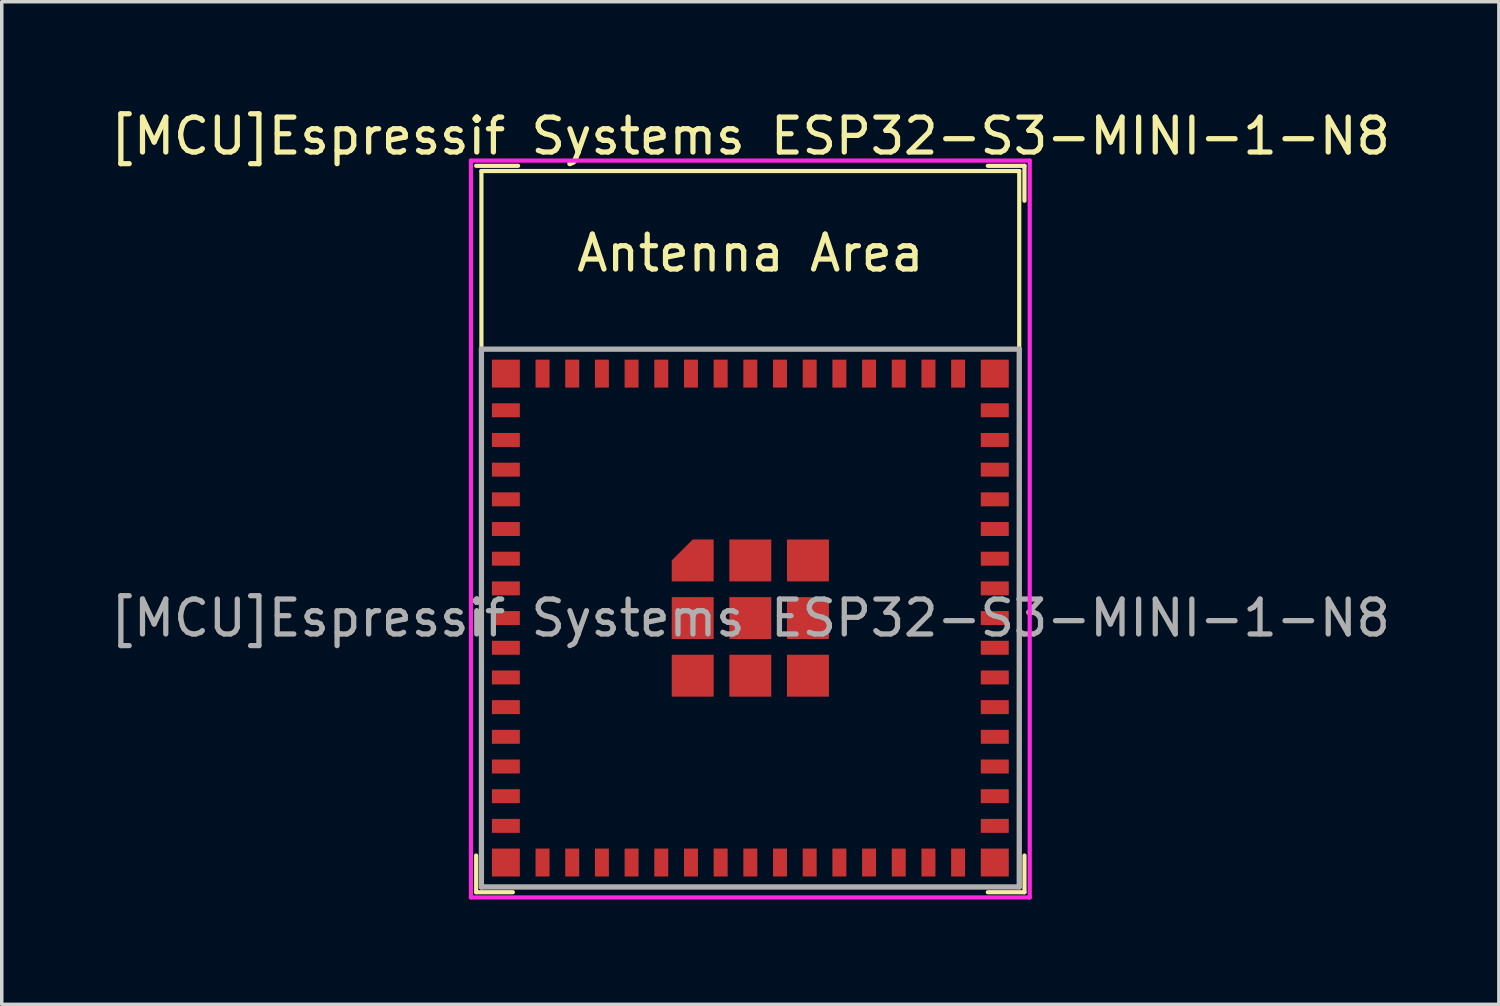
<source format=kicad_pcb>
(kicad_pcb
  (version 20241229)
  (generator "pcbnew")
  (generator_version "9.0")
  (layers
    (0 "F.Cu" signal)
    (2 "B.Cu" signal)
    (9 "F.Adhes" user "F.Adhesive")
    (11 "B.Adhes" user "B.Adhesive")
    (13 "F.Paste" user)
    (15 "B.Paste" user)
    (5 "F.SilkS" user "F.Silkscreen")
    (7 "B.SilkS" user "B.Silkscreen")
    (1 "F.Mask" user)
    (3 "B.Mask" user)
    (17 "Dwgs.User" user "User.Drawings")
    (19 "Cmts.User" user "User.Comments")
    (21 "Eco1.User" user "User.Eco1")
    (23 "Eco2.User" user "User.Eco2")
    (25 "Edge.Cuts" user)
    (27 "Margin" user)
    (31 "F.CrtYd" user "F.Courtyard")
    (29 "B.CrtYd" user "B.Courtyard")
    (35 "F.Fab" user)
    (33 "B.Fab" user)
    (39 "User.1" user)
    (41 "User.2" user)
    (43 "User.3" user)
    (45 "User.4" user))
  (footprint "[MCU]Espressif Systems ESP32-S3-MINI-1-N8"
    (layer "F.Cu")
    (at 18.435 14.648)
    (property "Reference" "[MCU]Espressif Systems ESP32-S3-MINI-1-N8" (at 0 -13.8 0) (layer "F.SilkS") (effects (font (size 1 1) (thickness 0.15))))
    (attr smd)
    (fp_line (start -7.85 7.85) (end -7.85 6.8) (stroke (width 0.12) (type solid)) (layer "F.SilkS"))
    (fp_line (start -7.7 -12.8) (end -7.7 -7.7) (stroke (width 0.12) (type solid)) (layer "F.SilkS"))
    (fp_line (start -7.7 -12.8) (end 7.7 -12.8) (stroke (width 0.12) (type solid)) (layer "F.SilkS"))
    (fp_line (start -7.7 7.7) (end -7.7 -7.7) (stroke (width 0.12) (type solid)) (layer "F.SilkS"))
    (fp_line (start -6.8 7.85) (end -7.85 7.85) (stroke (width 0.12) (type solid)) (layer "F.SilkS"))
    (fp_line (start -6.65 -12.95) (end -7.85 -12.95) (stroke (width 0.12) (type solid)) (layer "F.SilkS"))
    (fp_line (start 6.8 -12.95) (end 7.85 -12.95) (stroke (width 0.12) (type solid)) (layer "F.SilkS"))
    (fp_line (start 6.8 7.85) (end 7.85 7.85) (stroke (width 0.12) (type solid)) (layer "F.SilkS"))
    (fp_line (start 7.7 -12.8) (end 7.7 -7.7) (stroke (width 0.12) (type solid)) (layer "F.SilkS"))
    (fp_line (start 7.7 -7.7) (end 7.7 7.7) (stroke (width 0.12) (type solid)) (layer "F.SilkS"))
    (fp_line (start 7.7 7.7) (end -7.7 7.7) (stroke (width 0.12) (type solid)) (layer "F.SilkS"))
    (fp_line (start 7.85 -12.95) (end 7.85 -11.95) (stroke (width 0.12) (type solid)) (layer "F.SilkS"))
    (fp_line (start 7.85 7.85) (end 7.85 6.8) (stroke (width 0.12) (type solid)) (layer "F.SilkS"))
    (fp_line (start -8 -13.1) (end -8 8) (stroke (width 0.12) (type solid)) (layer "F.CrtYd"))
    (fp_line (start -8 8) (end 8 8) (stroke (width 0.12) (type solid)) (layer "F.CrtYd"))
    (fp_line (start 8 -13.1) (end -8 -13.1) (stroke (width 0.12) (type solid)) (layer "F.CrtYd"))
    (fp_line (start 8 8) (end 8 -13.1) (stroke (width 0.12) (type solid)) (layer "F.CrtYd"))
    (fp_line (start -7.7 -7.7) (end -7.7 7.7) (stroke (width 0.15) (type solid)) (layer "F.Fab"))
    (fp_line (start -7.7 7.7) (end 7.7 7.7) (stroke (width 0.15) (type solid)) (layer "F.Fab"))
    (fp_line (start 7.7 -7.7) (end -7.7 -7.7) (stroke (width 0.15) (type solid)) (layer "F.Fab"))
    (fp_line (start 7.7 7.7) (end 7.7 -7.7) (stroke (width 0.15) (type solid)) (layer "F.Fab"))
    (fp_text user "Antenna Area" (at 0 -10.45 0) (layer "F.SilkS") (effects (font (size 1 1) (thickness 0.15))))
    (fp_text user "${REFERENCE}" (at 0 0 0) (layer "F.Fab") (effects (font (size 1 1) (thickness 0.15))))
    (pad "1" smd rect (at -7 -5.95 90) (size 0.4 0.8) (layers "F.Cu" "F.Mask" "F.Paste"))
    (pad "2" smd rect (at -7 -5.1 90) (size 0.4 0.8) (layers "F.Cu" "F.Mask" "F.Paste"))
    (pad "3" smd rect (at -7 -4.25 90) (size 0.4 0.8) (layers "F.Cu" "F.Mask" "F.Paste"))
    (pad "4" smd rect (at -7 -3.4 90) (size 0.4 0.8) (layers "F.Cu" "F.Mask" "F.Paste"))
    (pad "5" smd rect (at -7 -2.55 90) (size 0.4 0.8) (layers "F.Cu" "F.Mask" "F.Paste"))
    (pad "6" smd rect (at -7 -1.7 90) (size 0.4 0.8) (layers "F.Cu" "F.Mask" "F.Paste"))
    (pad "7" smd rect (at -7 -0.85 90) (size 0.4 0.8) (layers "F.Cu" "F.Mask" "F.Paste"))
    (pad "8" smd rect (at -7 0 90) (size 0.4 0.8) (layers "F.Cu" "F.Mask" "F.Paste"))
    (pad "9" smd rect (at -7 0.85 90) (size 0.4 0.8) (layers "F.Cu" "F.Mask" "F.Paste"))
    (pad "10" smd rect (at -7 1.7 90) (size 0.4 0.8) (layers "F.Cu" "F.Mask" "F.Paste"))
    (pad "11" smd rect (at -7 2.55 90) (size 0.4 0.8) (layers "F.Cu" "F.Mask" "F.Paste"))
    (pad "12" smd rect (at -7 3.4 90) (size 0.4 0.8) (layers "F.Cu" "F.Mask" "F.Paste"))
    (pad "13" smd rect (at -7 4.25 90) (size 0.4 0.8) (layers "F.Cu" "F.Mask" "F.Paste"))
    (pad "14" smd rect (at -7 5.1 90) (size 0.4 0.8) (layers "F.Cu" "F.Mask" "F.Paste"))
    (pad "15" smd rect (at -7 5.95 90) (size 0.4 0.8) (layers "F.Cu" "F.Mask" "F.Paste"))
    (pad "16" smd rect (at -5.95 7) (size 0.4 0.8) (layers "F.Cu" "F.Mask" "F.Paste"))
    (pad "17" smd rect (at -5.1 7) (size 0.4 0.8) (layers "F.Cu" "F.Mask" "F.Paste"))
    (pad "18" smd rect (at -4.25 7) (size 0.4 0.8) (layers "F.Cu" "F.Mask" "F.Paste"))
    (pad "19" smd rect (at -3.4 7) (size 0.4 0.8) (layers "F.Cu" "F.Mask" "F.Paste"))
    (pad "20" smd rect (at -2.55 7) (size 0.4 0.8) (layers "F.Cu" "F.Mask" "F.Paste"))
    (pad "21" smd rect (at -1.7 7) (size 0.4 0.8) (layers "F.Cu" "F.Mask" "F.Paste"))
    (pad "22" smd rect (at -0.85 7) (size 0.4 0.8) (layers "F.Cu" "F.Mask" "F.Paste"))
    (pad "23" smd rect (at 0 7) (size 0.4 0.8) (layers "F.Cu" "F.Mask" "F.Paste"))
    (pad "24" smd rect (at 0.85 7) (size 0.4 0.8) (layers "F.Cu" "F.Mask" "F.Paste"))
    (pad "25" smd rect (at 1.7 7) (size 0.4 0.8) (layers "F.Cu" "F.Mask" "F.Paste"))
    (pad "26" smd rect (at 2.55 7) (size 0.4 0.8) (layers "F.Cu" "F.Mask" "F.Paste"))
    (pad "27" smd rect (at 3.4 7) (size 0.4 0.8) (layers "F.Cu" "F.Mask" "F.Paste"))
    (pad "28" smd rect (at 4.25 7) (size 0.4 0.8) (layers "F.Cu" "F.Mask" "F.Paste"))
    (pad "29" smd rect (at 5.1 7) (size 0.4 0.8) (layers "F.Cu" "F.Mask" "F.Paste"))
    (pad "30" smd rect (at 5.95 7) (size 0.4 0.8) (layers "F.Cu" "F.Mask" "F.Paste"))
    (pad "31" smd rect (at 7 5.95 90) (size 0.4 0.8) (layers "F.Cu" "F.Mask" "F.Paste"))
    (pad "32" smd rect (at 7 5.1 90) (size 0.4 0.8) (layers "F.Cu" "F.Mask" "F.Paste"))
    (pad "33" smd rect (at 7 4.25 90) (size 0.4 0.8) (layers "F.Cu" "F.Mask" "F.Paste"))
    (pad "34" smd rect (at 7 3.4 90) (size 0.4 0.8) (layers "F.Cu" "F.Mask" "F.Paste"))
    (pad "35" smd rect (at 7 2.55 90) (size 0.4 0.8) (layers "F.Cu" "F.Mask" "F.Paste"))
    (pad "36" smd rect (at 7 1.7 90) (size 0.4 0.8) (layers "F.Cu" "F.Mask" "F.Paste"))
    (pad "37" smd rect (at 7 0.85 90) (size 0.4 0.8) (layers "F.Cu" "F.Mask" "F.Paste"))
    (pad "38" smd rect (at 7 0 90) (size 0.4 0.8) (layers "F.Cu" "F.Mask" "F.Paste"))
    (pad "39" smd rect (at 7 -0.85 90) (size 0.4 0.8) (layers "F.Cu" "F.Mask" "F.Paste"))
    (pad "40" smd rect (at 7 -1.7 90) (size 0.4 0.8) (layers "F.Cu" "F.Mask" "F.Paste"))
    (pad "41" smd rect (at 7 -2.55 90) (size 0.4 0.8) (layers "F.Cu" "F.Mask" "F.Paste"))
    (pad "42" smd rect (at 7 -3.4 90) (size 0.4 0.8) (layers "F.Cu" "F.Mask" "F.Paste"))
    (pad "43" smd rect (at 7 -4.25 90) (size 0.4 0.8) (layers "F.Cu" "F.Mask" "F.Paste"))
    (pad "44" smd rect (at 7 -5.1 90) (size 0.4 0.8) (layers "F.Cu" "F.Mask" "F.Paste"))
    (pad "45" smd rect (at 7 -5.95 90) (size 0.4 0.8) (layers "F.Cu" "F.Mask" "F.Paste"))
    (pad "46" smd rect (at 5.95 -7) (size 0.4 0.8) (layers "F.Cu" "F.Mask" "F.Paste"))
    (pad "47" smd rect (at 5.1 -7) (size 0.4 0.8) (layers "F.Cu" "F.Mask" "F.Paste"))
    (pad "48" smd rect (at 4.25 -7) (size 0.4 0.8) (layers "F.Cu" "F.Mask" "F.Paste"))
    (pad "49" smd rect (at 3.4 -7) (size 0.4 0.8) (layers "F.Cu" "F.Mask" "F.Paste"))
    (pad "50" smd rect (at 2.55 -7) (size 0.4 0.8) (layers "F.Cu" "F.Mask" "F.Paste"))
    (pad "51" smd rect (at 1.7 -7) (size 0.4 0.8) (layers "F.Cu" "F.Mask" "F.Paste"))
    (pad "52" smd rect (at 0.85 -7) (size 0.4 0.8) (layers "F.Cu" "F.Mask" "F.Paste"))
    (pad "53" smd rect (at 0 -7) (size 0.4 0.8) (layers "F.Cu" "F.Mask" "F.Paste"))
    (pad "54" smd rect (at -0.85 -7) (size 0.4 0.8) (layers "F.Cu" "F.Mask" "F.Paste"))
    (pad "55" smd rect (at -1.7 -7) (size 0.4 0.8) (layers "F.Cu" "F.Mask" "F.Paste"))
    (pad "56" smd rect (at -2.55 -7) (size 0.4 0.8) (layers "F.Cu" "F.Mask" "F.Paste"))
    (pad "57" smd rect (at -3.4 -7) (size 0.4 0.8) (layers "F.Cu" "F.Mask" "F.Paste"))
    (pad "58" smd rect (at -4.25 -7) (size 0.4 0.8) (layers "F.Cu" "F.Mask" "F.Paste"))
    (pad "59" smd rect (at -5.1 -7) (size 0.4 0.8) (layers "F.Cu" "F.Mask" "F.Paste"))
    (pad "60" smd rect (at -5.95 -7) (size 0.4 0.8) (layers "F.Cu" "F.Mask" "F.Paste"))
    (pad "61" smd custom (at -1.65 -1.65) (size 0.6 0.6) (layers "F.Cu" "F.Mask" "F.Paste") (options (anchor rect)) (primitives (gr_poly (pts (xy 0.6 0.6) (xy -0.6 0.6) (xy -0.6 0) (xy 0 -0.6) (xy 0.6 -0.6)) (width 0) (fill yes))))
    (pad "61" smd rect (at -1.65 0) (size 1.2 1.2) (layers "F.Cu" "F.Mask" "F.Paste"))
    (pad "61" smd rect (at -1.65 1.65) (size 1.2 1.2) (layers "F.Cu" "F.Mask" "F.Paste"))
    (pad "61" smd rect (at 0 -1.65) (size 1.2 1.2) (layers "F.Cu" "F.Mask" "F.Paste"))
    (pad "61" smd rect (at 0 0) (size 1.2 1.2) (layers "F.Cu" "F.Mask" "F.Paste"))
    (pad "61" smd rect (at 0 1.65) (size 1.2 1.2) (layers "F.Cu" "F.Mask" "F.Paste"))
    (pad "61" smd rect (at 1.65 -1.65) (size 1.2 1.2) (layers "F.Cu" "F.Mask" "F.Paste"))
    (pad "61" smd rect (at 1.65 0) (size 1.2 1.2) (layers "F.Cu" "F.Mask" "F.Paste"))
    (pad "61" smd rect (at 1.65 1.65) (size 1.2 1.2) (layers "F.Cu" "F.Mask" "F.Paste"))
    (pad "62" smd rect (at -7 -7 180) (size 0.8 0.8) (layers "F.Cu" "F.Mask" "F.Paste"))
    (pad "63" smd rect (at -7 7 180) (size 0.8 0.8) (layers "F.Cu" "F.Mask" "F.Paste"))
    (pad "64" smd rect (at 7 7 180) (size 0.8 0.8) (layers "F.Cu" "F.Mask" "F.Paste"))
    (pad "65" smd rect (at 7 -7 180) (size 0.8 0.8) (layers "F.Cu" "F.Mask" "F.Paste"))
    (zone (net_name "") (layers "F.Cu" "B.Cu") (name "antenna keepout") (hatch edge 0.508) (connect_pads) (min_thickness 0.254) (filled_areas_thickness no) (keepout (tracks not_allowed) (vias not_allowed) (pads not_allowed) (copperpour not_allowed) (footprints not_allowed)) (placement (enabled no)) (fill) (polygon (pts (xy 26.135 6.948) (xy 10.735 6.948) (xy 10.735 1.848) (xy 26.135 1.848)))))
  (gr_rect
    (start -3 -3)
    (end 39.869 25.708)
    (stroke (width 0.1) (type default))
    (fill no)
    (layer "Edge.Cuts")))
</source>
